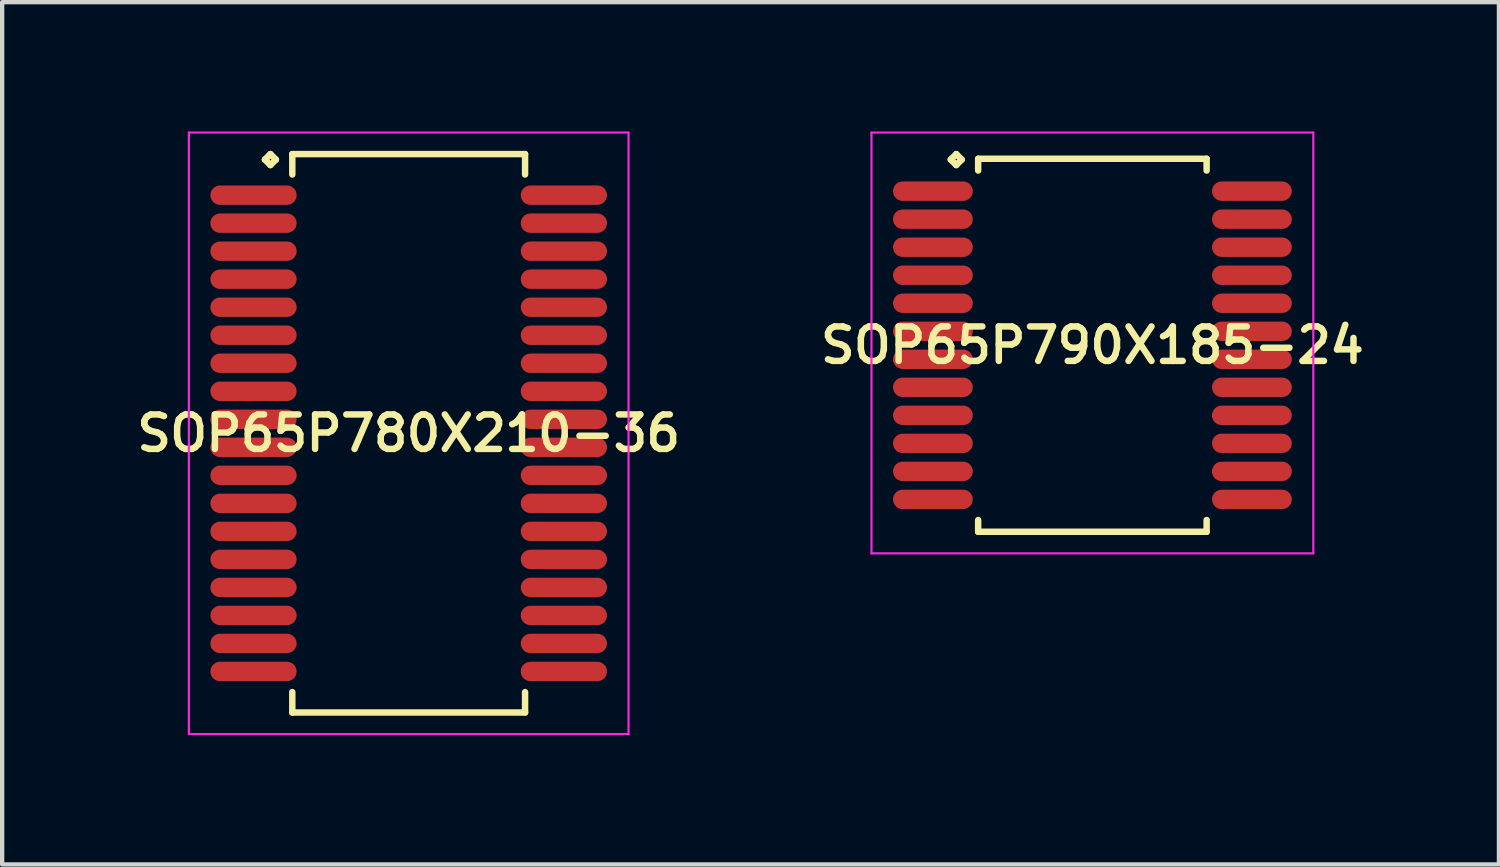
<source format=kicad_pcb>
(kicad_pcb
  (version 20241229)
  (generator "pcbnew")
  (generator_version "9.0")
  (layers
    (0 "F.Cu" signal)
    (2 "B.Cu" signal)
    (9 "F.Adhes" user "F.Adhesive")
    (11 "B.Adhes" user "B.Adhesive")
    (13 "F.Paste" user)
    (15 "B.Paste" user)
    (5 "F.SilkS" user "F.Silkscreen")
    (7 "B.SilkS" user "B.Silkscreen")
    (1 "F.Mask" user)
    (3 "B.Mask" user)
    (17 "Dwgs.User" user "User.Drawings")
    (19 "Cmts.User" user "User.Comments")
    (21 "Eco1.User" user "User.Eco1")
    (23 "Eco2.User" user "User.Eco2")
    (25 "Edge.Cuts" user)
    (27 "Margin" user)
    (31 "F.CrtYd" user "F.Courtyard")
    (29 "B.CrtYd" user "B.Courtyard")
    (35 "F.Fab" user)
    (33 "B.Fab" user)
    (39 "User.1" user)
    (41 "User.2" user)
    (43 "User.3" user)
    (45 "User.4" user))
  (footprint "SOP65P780X210-36"
    (layer "F.Cu")
    (at 6.431 7.002)
    (property "Reference" "SOP65P780X210-36" (at 0 0 0) (layer "F.SilkS") (effects (font (size 0.8 0.8) (thickness 0.15))))
    (attr smd)
    (fp_line (start -3.335 -6.35) (end -3.208 -6.477) (stroke (width 0.15) (type solid)) (layer "F.SilkS"))
    (fp_line (start -3.208 -6.477) (end -3.081 -6.35) (stroke (width 0.15) (type solid)) (layer "F.SilkS"))
    (fp_line (start -3.208 -6.223) (end -3.335 -6.35) (stroke (width 0.15) (type solid)) (layer "F.SilkS"))
    (fp_line (start -3.081 -6.35) (end -3.208 -6.223) (stroke (width 0.15) (type solid)) (layer "F.SilkS"))
    (fp_line (start -2.7 -6.477) (end 2.7 -6.477) (stroke (width 0.15) (type solid)) (layer "F.SilkS"))
    (fp_line (start -2.7 -6.004) (end -2.7 -6.477) (stroke (width 0.15) (type solid)) (layer "F.SilkS"))
    (fp_line (start -2.7 6.004) (end -2.7 6.477) (stroke (width 0.15) (type solid)) (layer "F.SilkS"))
    (fp_line (start -2.7 6.477) (end 2.7 6.477) (stroke (width 0.15) (type solid)) (layer "F.SilkS"))
    (fp_line (start 2.7 -6.477) (end 2.7 -6.004) (stroke (width 0.15) (type solid)) (layer "F.SilkS"))
    (fp_line (start 2.7 6.477) (end 2.7 6.004) (stroke (width 0.15) (type solid)) (layer "F.SilkS"))
    (fp_line (start -5.1 -6.977) (end 5.1 -6.977) (stroke (width 0.05) (type solid)) (layer "F.CrtYd"))
    (fp_line (start -5.1 6.977) (end -5.1 -6.977) (stroke (width 0.05) (type solid)) (layer "F.CrtYd"))
    (fp_line (start 5.1 -6.977) (end 5.1 6.977) (stroke (width 0.05) (type solid)) (layer "F.CrtYd"))
    (fp_line (start 5.1 6.977) (end -5.1 6.977) (stroke (width 0.05) (type solid)) (layer "F.CrtYd"))
    (pad "1" smd oval (at -3.6 -5.525) (size 2 0.45) (layers "F.Cu" "F.Mask" "F.Paste"))
    (pad "2" smd oval (at -3.6 -4.875) (size 2 0.45) (layers "F.Cu" "F.Mask" "F.Paste"))
    (pad "3" smd oval (at -3.6 -4.225) (size 2 0.45) (layers "F.Cu" "F.Mask" "F.Paste"))
    (pad "4" smd oval (at -3.6 -3.575) (size 2 0.45) (layers "F.Cu" "F.Mask" "F.Paste"))
    (pad "5" smd oval (at -3.6 -2.925) (size 2 0.45) (layers "F.Cu" "F.Mask" "F.Paste"))
    (pad "6" smd oval (at -3.6 -2.275) (size 2 0.45) (layers "F.Cu" "F.Mask" "F.Paste"))
    (pad "7" smd oval (at -3.6 -1.625) (size 2 0.45) (layers "F.Cu" "F.Mask" "F.Paste"))
    (pad "8" smd oval (at -3.6 -0.975) (size 2 0.45) (layers "F.Cu" "F.Mask" "F.Paste"))
    (pad "9" smd oval (at -3.6 -0.325) (size 2 0.45) (layers "F.Cu" "F.Mask" "F.Paste"))
    (pad "10" smd oval (at -3.6 0.325) (size 2 0.45) (layers "F.Cu" "F.Mask" "F.Paste"))
    (pad "11" smd oval (at -3.6 0.975) (size 2 0.45) (layers "F.Cu" "F.Mask" "F.Paste"))
    (pad "12" smd oval (at -3.6 1.625) (size 2 0.45) (layers "F.Cu" "F.Mask" "F.Paste"))
    (pad "13" smd oval (at -3.6 2.275) (size 2 0.45) (layers "F.Cu" "F.Mask" "F.Paste"))
    (pad "14" smd oval (at -3.6 2.925) (size 2 0.45) (layers "F.Cu" "F.Mask" "F.Paste"))
    (pad "15" smd oval (at -3.6 3.575) (size 2 0.45) (layers "F.Cu" "F.Mask" "F.Paste"))
    (pad "16" smd oval (at -3.6 4.225) (size 2 0.45) (layers "F.Cu" "F.Mask" "F.Paste"))
    (pad "17" smd oval (at -3.6 4.875) (size 2 0.45) (layers "F.Cu" "F.Mask" "F.Paste"))
    (pad "18" smd oval (at -3.6 5.525) (size 2 0.45) (layers "F.Cu" "F.Mask" "F.Paste"))
    (pad "19" smd oval (at 3.6 5.525) (size 2 0.45) (layers "F.Cu" "F.Mask" "F.Paste"))
    (pad "20" smd oval (at 3.6 4.875) (size 2 0.45) (layers "F.Cu" "F.Mask" "F.Paste"))
    (pad "21" smd oval (at 3.6 4.225) (size 2 0.45) (layers "F.Cu" "F.Mask" "F.Paste"))
    (pad "22" smd oval (at 3.6 3.575) (size 2 0.45) (layers "F.Cu" "F.Mask" "F.Paste"))
    (pad "23" smd oval (at 3.6 2.925) (size 2 0.45) (layers "F.Cu" "F.Mask" "F.Paste"))
    (pad "24" smd oval (at 3.6 2.275) (size 2 0.45) (layers "F.Cu" "F.Mask" "F.Paste"))
    (pad "25" smd oval (at 3.6 1.625) (size 2 0.45) (layers "F.Cu" "F.Mask" "F.Paste"))
    (pad "26" smd oval (at 3.6 0.975) (size 2 0.45) (layers "F.Cu" "F.Mask" "F.Paste"))
    (pad "27" smd oval (at 3.6 0.325) (size 2 0.45) (layers "F.Cu" "F.Mask" "F.Paste"))
    (pad "28" smd oval (at 3.6 -0.325) (size 2 0.45) (layers "F.Cu" "F.Mask" "F.Paste"))
    (pad "29" smd oval (at 3.6 -0.975) (size 2 0.45) (layers "F.Cu" "F.Mask" "F.Paste"))
    (pad "30" smd oval (at 3.6 -1.625) (size 2 0.45) (layers "F.Cu" "F.Mask" "F.Paste"))
    (pad "31" smd oval (at 3.6 -2.275) (size 2 0.45) (layers "F.Cu" "F.Mask" "F.Paste"))
    (pad "32" smd oval (at 3.6 -2.925) (size 2 0.45) (layers "F.Cu" "F.Mask" "F.Paste"))
    (pad "33" smd oval (at 3.6 -3.575) (size 2 0.45) (layers "F.Cu" "F.Mask" "F.Paste"))
    (pad "34" smd oval (at 3.6 -4.225) (size 2 0.45) (layers "F.Cu" "F.Mask" "F.Paste"))
    (pad "35" smd oval (at 3.6 -4.875) (size 2 0.45) (layers "F.Cu" "F.Mask" "F.Paste"))
    (pad "36" smd oval (at 3.6 -5.525) (size 2 0.45) (layers "F.Cu" "F.Mask" "F.Paste")))
  (footprint "SOP65P790X185-24"
    (layer "F.Cu")
    (at 22.292 4.96)
    (property "Reference" "SOP65P790X185-24" (at 0 0 0) (layer "F.SilkS") (effects (font (size 0.8 0.8) (thickness 0.15))))
    (attr smd)
    (fp_line (start -3.285 -4.308) (end -3.158 -4.435) (stroke (width 0.15) (type solid)) (layer "F.SilkS"))
    (fp_line (start -3.158 -4.435) (end -3.031 -4.308) (stroke (width 0.15) (type solid)) (layer "F.SilkS"))
    (fp_line (start -3.158 -4.181) (end -3.285 -4.308) (stroke (width 0.15) (type solid)) (layer "F.SilkS"))
    (fp_line (start -3.031 -4.308) (end -3.158 -4.181) (stroke (width 0.15) (type solid)) (layer "F.SilkS"))
    (fp_line (start -2.65 -4.327) (end 2.65 -4.327) (stroke (width 0.15) (type solid)) (layer "F.SilkS"))
    (fp_line (start -2.65 -4.054) (end -2.65 -4.327) (stroke (width 0.15) (type solid)) (layer "F.SilkS"))
    (fp_line (start -2.65 4.054) (end -2.65 4.327) (stroke (width 0.15) (type solid)) (layer "F.SilkS"))
    (fp_line (start -2.65 4.327) (end 2.65 4.327) (stroke (width 0.15) (type solid)) (layer "F.SilkS"))
    (fp_line (start 2.65 -4.327) (end 2.65 -4.054) (stroke (width 0.15) (type solid)) (layer "F.SilkS"))
    (fp_line (start 2.65 4.327) (end 2.65 4.054) (stroke (width 0.15) (type solid)) (layer "F.SilkS"))
    (fp_line (start -5.125 -4.935) (end 5.125 -4.935) (stroke (width 0.05) (type solid)) (layer "F.CrtYd"))
    (fp_line (start -5.125 4.827) (end -5.125 -4.935) (stroke (width 0.05) (type solid)) (layer "F.CrtYd"))
    (fp_line (start 5.125 -4.935) (end 5.125 4.827) (stroke (width 0.05) (type solid)) (layer "F.CrtYd"))
    (fp_line (start 5.125 4.827) (end -5.125 4.827) (stroke (width 0.05) (type solid)) (layer "F.CrtYd"))
    (pad "1" smd oval (at -3.7 -3.575) (size 1.85 0.45) (layers "F.Cu" "F.Mask" "F.Paste"))
    (pad "2" smd oval (at -3.7 -2.925) (size 1.85 0.45) (layers "F.Cu" "F.Mask" "F.Paste"))
    (pad "3" smd oval (at -3.7 -2.275) (size 1.85 0.45) (layers "F.Cu" "F.Mask" "F.Paste"))
    (pad "4" smd oval (at -3.7 -1.625) (size 1.85 0.45) (layers "F.Cu" "F.Mask" "F.Paste"))
    (pad "5" smd oval (at -3.7 -0.975) (size 1.85 0.45) (layers "F.Cu" "F.Mask" "F.Paste"))
    (pad "6" smd oval (at -3.7 -0.325) (size 1.85 0.45) (layers "F.Cu" "F.Mask" "F.Paste"))
    (pad "7" smd oval (at -3.7 0.325) (size 1.85 0.45) (layers "F.Cu" "F.Mask" "F.Paste"))
    (pad "8" smd oval (at -3.7 0.975) (size 1.85 0.45) (layers "F.Cu" "F.Mask" "F.Paste"))
    (pad "9" smd oval (at -3.7 1.625) (size 1.85 0.45) (layers "F.Cu" "F.Mask" "F.Paste"))
    (pad "10" smd oval (at -3.7 2.275) (size 1.85 0.45) (layers "F.Cu" "F.Mask" "F.Paste"))
    (pad "11" smd oval (at -3.7 2.925) (size 1.85 0.45) (layers "F.Cu" "F.Mask" "F.Paste"))
    (pad "12" smd oval (at -3.7 3.575) (size 1.85 0.45) (layers "F.Cu" "F.Mask" "F.Paste"))
    (pad "13" smd oval (at 3.7 3.575) (size 1.85 0.45) (layers "F.Cu" "F.Mask" "F.Paste"))
    (pad "14" smd oval (at 3.7 2.925) (size 1.85 0.45) (layers "F.Cu" "F.Mask" "F.Paste"))
    (pad "15" smd oval (at 3.7 2.275) (size 1.85 0.45) (layers "F.Cu" "F.Mask" "F.Paste"))
    (pad "16" smd oval (at 3.7 1.625) (size 1.85 0.45) (layers "F.Cu" "F.Mask" "F.Paste"))
    (pad "17" smd oval (at 3.7 0.975) (size 1.85 0.45) (layers "F.Cu" "F.Mask" "F.Paste"))
    (pad "18" smd oval (at 3.7 0.325) (size 1.85 0.45) (layers "F.Cu" "F.Mask" "F.Paste"))
    (pad "19" smd oval (at 3.7 -0.325) (size 1.85 0.45) (layers "F.Cu" "F.Mask" "F.Paste"))
    (pad "20" smd oval (at 3.7 -0.975) (size 1.85 0.45) (layers "F.Cu" "F.Mask" "F.Paste"))
    (pad "21" smd oval (at 3.7 -1.625) (size 1.85 0.45) (layers "F.Cu" "F.Mask" "F.Paste"))
    (pad "22" smd oval (at 3.7 -2.275) (size 1.85 0.45) (layers "F.Cu" "F.Mask" "F.Paste"))
    (pad "23" smd oval (at 3.7 -2.925) (size 1.85 0.45) (layers "F.Cu" "F.Mask" "F.Paste"))
    (pad "24" smd oval (at 3.7 -3.575) (size 1.85 0.45) (layers "F.Cu" "F.Mask" "F.Paste")))
  (gr_rect
    (start -3 -3)
    (end 31.723 17.004)
    (stroke (width 0.1) (type default))
    (fill no)
    (layer "Edge.Cuts")))
</source>
